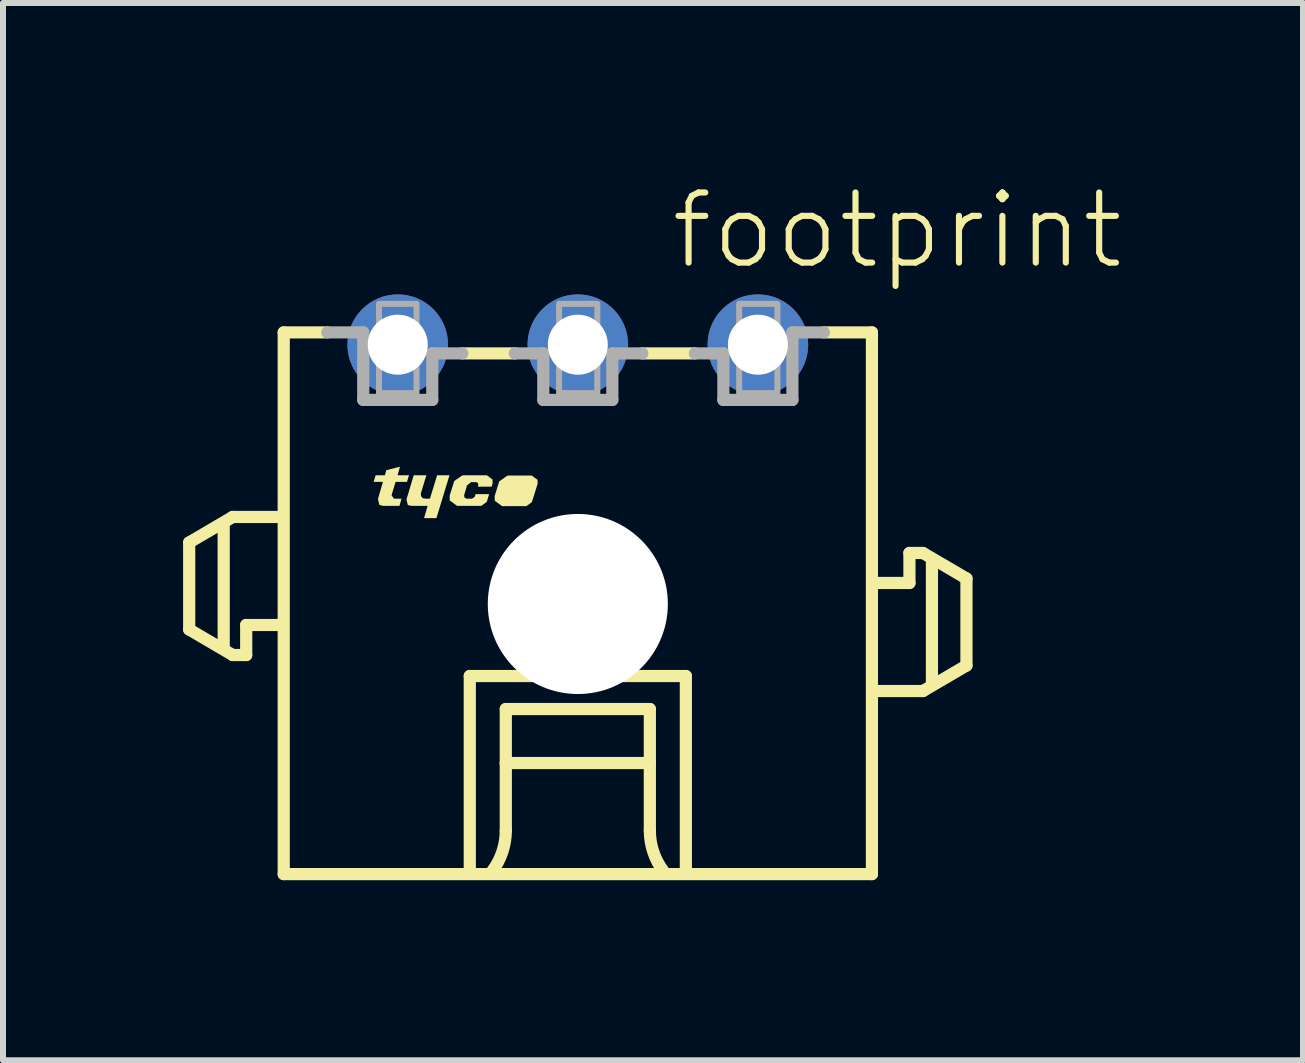
<source format=kicad_pcb>
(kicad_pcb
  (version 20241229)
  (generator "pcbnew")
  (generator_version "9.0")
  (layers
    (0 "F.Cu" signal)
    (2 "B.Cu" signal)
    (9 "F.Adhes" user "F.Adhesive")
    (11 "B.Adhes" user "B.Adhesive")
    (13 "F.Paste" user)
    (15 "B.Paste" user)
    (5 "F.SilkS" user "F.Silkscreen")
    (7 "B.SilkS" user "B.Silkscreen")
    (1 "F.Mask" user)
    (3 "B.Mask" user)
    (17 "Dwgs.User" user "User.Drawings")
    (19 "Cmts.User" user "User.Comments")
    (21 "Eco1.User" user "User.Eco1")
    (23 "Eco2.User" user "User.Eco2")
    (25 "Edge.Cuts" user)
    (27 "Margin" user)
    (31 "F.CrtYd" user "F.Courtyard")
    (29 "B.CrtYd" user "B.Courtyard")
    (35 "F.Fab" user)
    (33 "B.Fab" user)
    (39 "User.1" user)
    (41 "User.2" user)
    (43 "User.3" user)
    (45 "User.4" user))
  (footprint "footprint"
    (layer "F.Cu")
    (at 6.577 7.013)
    (property "Reference" "footprint" (at 1.5 -5.54 0) (layer "F.SilkS") (effects (font (size 1.168 1.168) (thickness 0.102)) (justify left bottom)))
    (fp_line (start -6.475 -1.025) (end -6.475 0.425) (stroke (width 0.203) (type solid)) (layer "F.SilkS"))
    (fp_line (start -6.475 0.425) (end -5.75 0.85) (stroke (width 0.203) (type solid)) (layer "F.SilkS"))
    (fp_line (start -5.9 0.7) (end -5.9 -1.3) (stroke (width 0.203) (type solid)) (layer "F.SilkS"))
    (fp_line (start -5.75 -1.45) (end -6.475 -1.025) (stroke (width 0.203) (type solid)) (layer "F.SilkS"))
    (fp_line (start -5.75 0.85) (end -5.525 0.85) (stroke (width 0.203) (type solid)) (layer "F.SilkS"))
    (fp_line (start -5.525 0.35) (end -5 0.35) (stroke (width 0.203) (type solid)) (layer "F.SilkS"))
    (fp_line (start -5.525 0.85) (end -5.525 0.35) (stroke (width 0.203) (type solid)) (layer "F.SilkS"))
    (fp_line (start -5 -1.45) (end -5.75 -1.45) (stroke (width 0.203) (type solid)) (layer "F.SilkS"))
    (fp_line (start -4.9 -4.525) (end -4.9 4.5) (stroke (width 0.203) (type solid)) (layer "F.SilkS"))
    (fp_line (start -4.9 -4.525) (end -4.175 -4.525) (stroke (width 0.203) (type solid)) (layer "F.SilkS"))
    (fp_line (start -4.9 4.5) (end 4.9 4.5) (stroke (width 0.203) (type solid)) (layer "F.SilkS"))
    (fp_line (start -1.8 1.2) (end 1.8 1.2) (stroke (width 0.203) (type solid)) (layer "F.SilkS"))
    (fp_line (start -1.8 4.4) (end -1.8 1.2) (stroke (width 0.203) (type solid)) (layer "F.SilkS"))
    (fp_line (start -1.2 1.75) (end -1.2 2.65) (stroke (width 0.203) (type solid)) (layer "F.SilkS"))
    (fp_line (start -1.2 2.65) (end -1.2 3.775) (stroke (width 0.203) (type solid)) (layer "F.SilkS"))
    (fp_line (start -1.2 2.65) (end 1.2 2.65) (stroke (width 0.203) (type solid)) (layer "F.SilkS"))
    (fp_line (start -1.05 -4.175) (end -1.925 -4.175) (stroke (width 0.203) (type solid)) (layer "F.SilkS"))
    (fp_line (start 1.2 1.75) (end -1.2 1.75) (stroke (width 0.203) (type solid)) (layer "F.SilkS"))
    (fp_line (start 1.2 2.65) (end 1.2 1.75) (stroke (width 0.203) (type solid)) (layer "F.SilkS"))
    (fp_line (start 1.2 2.65) (end 1.2 3.775) (stroke (width 0.203) (type solid)) (layer "F.SilkS"))
    (fp_line (start 1.8 1.2) (end 1.8 4.4) (stroke (width 0.203) (type solid)) (layer "F.SilkS"))
    (fp_line (start 1.95 -4.175) (end 1.075 -4.175) (stroke (width 0.203) (type solid)) (layer "F.SilkS"))
    (fp_line (start 4.9 -4.525) (end 4.1 -4.525) (stroke (width 0.203) (type solid)) (layer "F.SilkS"))
    (fp_line (start 4.9 4.5) (end 4.9 -4.525) (stroke (width 0.203) (type solid)) (layer "F.SilkS"))
    (fp_line (start 5 1.45) (end 5.75 1.45) (stroke (width 0.203) (type solid)) (layer "F.SilkS"))
    (fp_line (start 5.525 -0.85) (end 5.525 -0.35) (stroke (width 0.203) (type solid)) (layer "F.SilkS"))
    (fp_line (start 5.525 -0.35) (end 5 -0.35) (stroke (width 0.203) (type solid)) (layer "F.SilkS"))
    (fp_line (start 5.75 -0.85) (end 5.525 -0.85) (stroke (width 0.203) (type solid)) (layer "F.SilkS"))
    (fp_line (start 5.75 1.45) (end 6.475 1.025) (stroke (width 0.203) (type solid)) (layer "F.SilkS"))
    (fp_line (start 5.9 1.3) (end 5.9 -0.7) (stroke (width 0.203) (type solid)) (layer "F.SilkS"))
    (fp_line (start 6.475 -0.425) (end 5.75 -0.85) (stroke (width 0.203) (type solid)) (layer "F.SilkS"))
    (fp_line (start 6.475 1.025) (end 6.475 -0.425) (stroke (width 0.203) (type solid)) (layer "F.SilkS"))
    (fp_arc (start -1.2 3.775) (mid -1.257731 4.130756) (end -1.425 4.449999) (stroke (width 0.2032) (type solid)) (layer "F.SilkS"))
    (fp_arc (start 1.425 4.449999) (mid 1.257732 4.130756) (end 1.2 3.775) (stroke (width 0.2032) (type solid)) (layer "F.SilkS"))
    (fp_poly (pts (xy -2.615 -1.844) (xy -2.613 -1.799) (xy -2.585 -1.764) (xy -2.539 -1.755) (xy -2.464 -1.755) (xy -2.344 -2.145) (xy -2.138 -2.145) (xy -2.356 -1.43) (xy -2.562 -1.43) (xy -2.502 -1.635) (xy -2.78 -1.635) (xy -2.78 -1.645) (xy -2.785 -1.645) (xy -2.785 -1.64) (xy -2.787 -1.635) (xy -2.833 -1.651) (xy -2.855 -1.74) (xy -2.734 -2.145) (xy -2.523 -2.145)) (stroke (width 0) (type solid)) (fill yes) (layer "F.SilkS"))
    (fp_poly (pts (xy -3.003 -2.145) (xy -2.813 -2.145) (xy -2.846 -2.035) (xy -3.036 -2.035) (xy -3.104 -1.811) (xy -3.062 -1.755) (xy -2.938 -1.755) (xy -2.971 -1.635) (xy -3.25 -1.635) (xy -3.25 -1.645) (xy -3.255 -1.645) (xy -3.255 -1.64) (xy -3.257 -1.635) (xy -3.307 -1.653) (xy -3.33 -1.75) (xy -3.247 -2.035) (xy -3.402 -2.035) (xy -3.369 -2.145) (xy -3.214 -2.145) (xy -3.192 -2.229) (xy -2.963 -2.287)) (stroke (width 0) (type solid)) (fill yes) (layer "F.SilkS"))
    (fp_poly (pts (xy -0.671 -2.069) (xy -0.67 -2.005) (xy -0.67 -2.004) (xy -0.723 -1.83) (xy -0.723 -1.83) (xy -0.725 -1.823) (xy -0.726 -1.82) (xy -0.726 -1.82) (xy -0.766 -1.697) (xy -0.858 -1.63) (xy -1.262 -1.63) (xy -1.384 -1.72) (xy -1.385 -1.8) (xy -1.385 -1.801) (xy -1.309 -2.043) (xy -1.173 -2.139) (xy -1.17 -2.135) (xy -1.17 -2.13) (xy -1.165 -2.13) (xy -1.165 -2.14) (xy -0.768 -2.14)) (stroke (width 0) (type solid)) (fill yes) (layer "F.SilkS"))
    (fp_poly (pts (xy -1.421 -2.074) (xy -1.42 -2.01) (xy -1.42 -2.009) (xy -1.436 -1.955) (xy -1.667 -1.955) (xy -1.66 -1.976) (xy -1.658 -2.001) (xy -1.672 -2.022) (xy -1.696 -2.03) (xy -1.778 -2.03) (xy -1.846 -1.977) (xy -1.895 -1.81) (xy -1.888 -1.772) (xy -1.854 -1.755) (xy -1.762 -1.755) (xy -1.719 -1.783) (xy -1.704 -1.83) (xy -1.478 -1.83) (xy -1.516 -1.702) (xy -1.608 -1.635) (xy -2.012 -1.635) (xy -2.134 -1.725) (xy -2.135 -1.805) (xy -2.135 -1.806) (xy -2.059 -2.048) (xy -1.923 -2.144) (xy -1.92 -2.14) (xy -1.92 -2.135) (xy -1.915 -2.135) (xy -1.915 -2.145) (xy -1.518 -2.145)) (stroke (width 0) (type solid)) (fill yes) (layer "F.SilkS"))
    (fp_line (start -3.575 -4.525) (end -4.175 -4.525) (stroke (width 0.203) (type solid)) (layer "F.Fab"))
    (fp_line (start -3.575 -3.4) (end -3.575 -4.525) (stroke (width 0.203) (type solid)) (layer "F.Fab"))
    (fp_line (start -2.425 -4.175) (end -2.425 -3.4) (stroke (width 0.203) (type solid)) (layer "F.Fab"))
    (fp_line (start -2.425 -3.4) (end -3.575 -3.4) (stroke (width 0.203) (type solid)) (layer "F.Fab"))
    (fp_line (start -1.925 -4.175) (end -2.425 -4.175) (stroke (width 0.203) (type solid)) (layer "F.Fab"))
    (fp_line (start -0.575 -4.175) (end -1.05 -4.175) (stroke (width 0.203) (type solid)) (layer "F.Fab"))
    (fp_line (start -0.575 -3.4) (end -0.575 -4.175) (stroke (width 0.203) (type solid)) (layer "F.Fab"))
    (fp_line (start 0.575 -4.175) (end 0.575 -3.4) (stroke (width 0.203) (type solid)) (layer "F.Fab"))
    (fp_line (start 0.575 -3.4) (end -0.575 -3.4) (stroke (width 0.203) (type solid)) (layer "F.Fab"))
    (fp_line (start 1.075 -4.175) (end 0.575 -4.175) (stroke (width 0.203) (type solid)) (layer "F.Fab"))
    (fp_line (start 2.425 -4.175) (end 1.95 -4.175) (stroke (width 0.203) (type solid)) (layer "F.Fab"))
    (fp_line (start 2.425 -3.4) (end 2.425 -4.175) (stroke (width 0.203) (type solid)) (layer "F.Fab"))
    (fp_line (start 3.575 -4.525) (end 3.575 -3.4) (stroke (width 0.203) (type solid)) (layer "F.Fab"))
    (fp_line (start 3.575 -3.4) (end 2.425 -3.4) (stroke (width 0.203) (type solid)) (layer "F.Fab"))
    (fp_line (start 4.1 -4.525) (end 3.575 -4.525) (stroke (width 0.203) (type solid)) (layer "F.Fab"))
    (fp_poly (pts (xy -3.312 -3.513) (xy -2.688 -3.513) (xy -2.688 -5) (xy -3.312 -5)) (stroke (width 0.1) (type solid)) (fill no) (layer "F.Fab"))
    (fp_poly (pts (xy -0.312 -3.513) (xy 0.325 -3.513) (xy 0.325 -5) (xy -0.312 -5)) (stroke (width 0.1) (type solid)) (fill no) (layer "F.Fab"))
    (fp_poly (pts (xy 2.688 -3.513) (xy 3.325 -3.513) (xy 3.325 -5) (xy 2.688 -5)) (stroke (width 0.1) (type solid)) (fill no) (layer "F.Fab"))
    (pad "" np_thru_hole circle (at 0 0) (size 3 3) (drill 3) (layers "*.Cu" "*.Mask"))
    (pad "1" thru_hole circle (at 3 -4.32) (size 1.676 1.676) (drill 1) (layers "*.Cu" "*.Mask"))
    (pad "2" thru_hole circle (at 0 -4.32) (size 1.676 1.676) (drill 1) (layers "*.Cu" "*.Mask"))
    (pad "3" thru_hole circle (at -3 -4.32) (size 1.676 1.676) (drill 1) (layers "*.Cu" "*.Mask")))
  (gr_rect
    (start -3 -3)
    (end 18.659 14.615)
    (stroke (width 0.1) (type default))
    (fill no)
    (layer "Edge.Cuts")))
</source>
